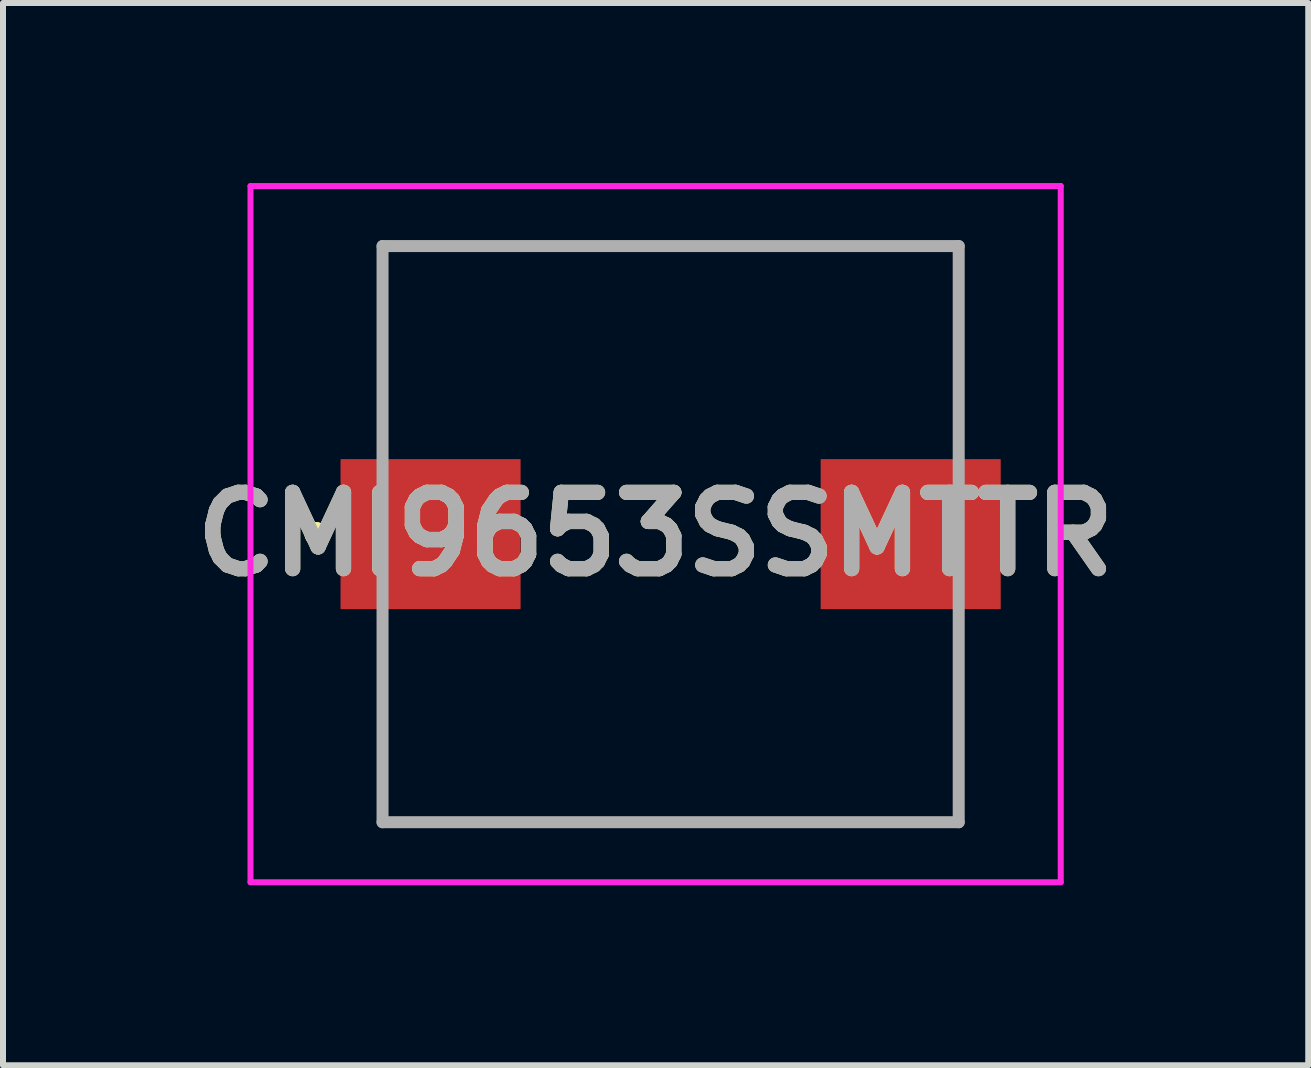
<source format=kicad_pcb>
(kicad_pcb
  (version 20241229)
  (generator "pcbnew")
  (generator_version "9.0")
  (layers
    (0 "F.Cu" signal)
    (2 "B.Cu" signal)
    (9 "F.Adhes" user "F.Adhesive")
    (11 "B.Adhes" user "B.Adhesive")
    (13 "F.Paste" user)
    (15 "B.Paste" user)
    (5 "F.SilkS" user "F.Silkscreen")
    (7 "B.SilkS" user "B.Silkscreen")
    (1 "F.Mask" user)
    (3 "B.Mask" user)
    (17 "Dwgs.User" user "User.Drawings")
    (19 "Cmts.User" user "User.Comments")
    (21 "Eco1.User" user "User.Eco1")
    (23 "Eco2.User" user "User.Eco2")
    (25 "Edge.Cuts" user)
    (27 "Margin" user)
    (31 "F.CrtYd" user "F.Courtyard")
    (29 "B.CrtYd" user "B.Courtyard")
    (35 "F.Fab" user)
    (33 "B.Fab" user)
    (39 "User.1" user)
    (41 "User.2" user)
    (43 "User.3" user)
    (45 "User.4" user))
  (footprint "CMI9653SSMTTR"
    (layer "F.Cu")
    (at 7.874 5.85)
    (property "Reference" "CMI9653SSMTTR" (at 0 0 0) (layer "F.SilkS") (effects (font (size 1.27 1.27) (thickness 0.254))))
    (attr smd)
    (fp_line (start -5.65 -0.1) (end -5.65 -0.1) (stroke (width 0.2) (type solid)) (layer "F.SilkS"))
    (fp_line (start -5.65 0.1) (end -5.65 0.1) (stroke (width 0.2) (type solid)) (layer "F.SilkS"))
    (fp_line (start -4.55 -4.8) (end 5.05 -4.8) (stroke (width 0.1) (type solid)) (layer "F.SilkS"))
    (fp_line (start -4.55 -2) (end -4.55 -4.8) (stroke (width 0.1) (type solid)) (layer "F.SilkS"))
    (fp_line (start -4.55 2) (end -4.55 4.8) (stroke (width 0.1) (type solid)) (layer "F.SilkS"))
    (fp_line (start -4.55 4.8) (end 5.05 4.8) (stroke (width 0.1) (type solid)) (layer "F.SilkS"))
    (fp_line (start 5.05 -2) (end 5.05 -4.8) (stroke (width 0.1) (type solid)) (layer "F.SilkS"))
    (fp_line (start 5.05 4.8) (end 5.05 2) (stroke (width 0.1) (type solid)) (layer "F.SilkS"))
    (fp_arc (start -5.65 -0.1) (mid -5.55 0) (end -5.65 0.1) (stroke (width 0.2) (type solid)) (layer "F.SilkS"))
    (fp_arc (start -5.65 0.1) (mid -5.75 0) (end -5.65 -0.1) (stroke (width 0.2) (type solid)) (layer "F.SilkS"))
    (fp_line (start -6.75 -5.8) (end 6.75 -5.8) (stroke (width 0.1) (type solid)) (layer "F.CrtYd"))
    (fp_line (start -6.75 5.8) (end -6.75 -5.8) (stroke (width 0.1) (type solid)) (layer "F.CrtYd"))
    (fp_line (start 6.75 -5.8) (end 6.75 5.8) (stroke (width 0.1) (type solid)) (layer "F.CrtYd"))
    (fp_line (start 6.75 5.8) (end -6.75 5.8) (stroke (width 0.1) (type solid)) (layer "F.CrtYd"))
    (fp_line (start -4.55 -4.8) (end 5.05 -4.8) (stroke (width 0.2) (type solid)) (layer "F.Fab"))
    (fp_line (start -4.55 4.8) (end -4.55 -4.8) (stroke (width 0.2) (type solid)) (layer "F.Fab"))
    (fp_line (start 5.05 -4.8) (end 5.05 4.8) (stroke (width 0.2) (type solid)) (layer "F.Fab"))
    (fp_line (start 5.05 4.8) (end -4.55 4.8) (stroke (width 0.2) (type solid)) (layer "F.Fab"))
    (fp_text user "${REFERENCE}" (at 0 0 0) (layer "F.Fab") (effects (font (size 1.27 1.27) (thickness 0.254))))
    (pad "1" smd rect (at -3.75 0 90) (size 2.5 3) (layers "F.Cu" "F.Mask" "F.Paste"))
    (pad "2" smd rect (at 4.25 0 90) (size 2.5 3) (layers "F.Cu" "F.Mask" "F.Paste")))
  (gr_rect
    (start -3 -3)
    (end 18.748 14.7)
    (stroke (width 0.1) (type default))
    (fill no)
    (layer "Edge.Cuts")))
</source>
